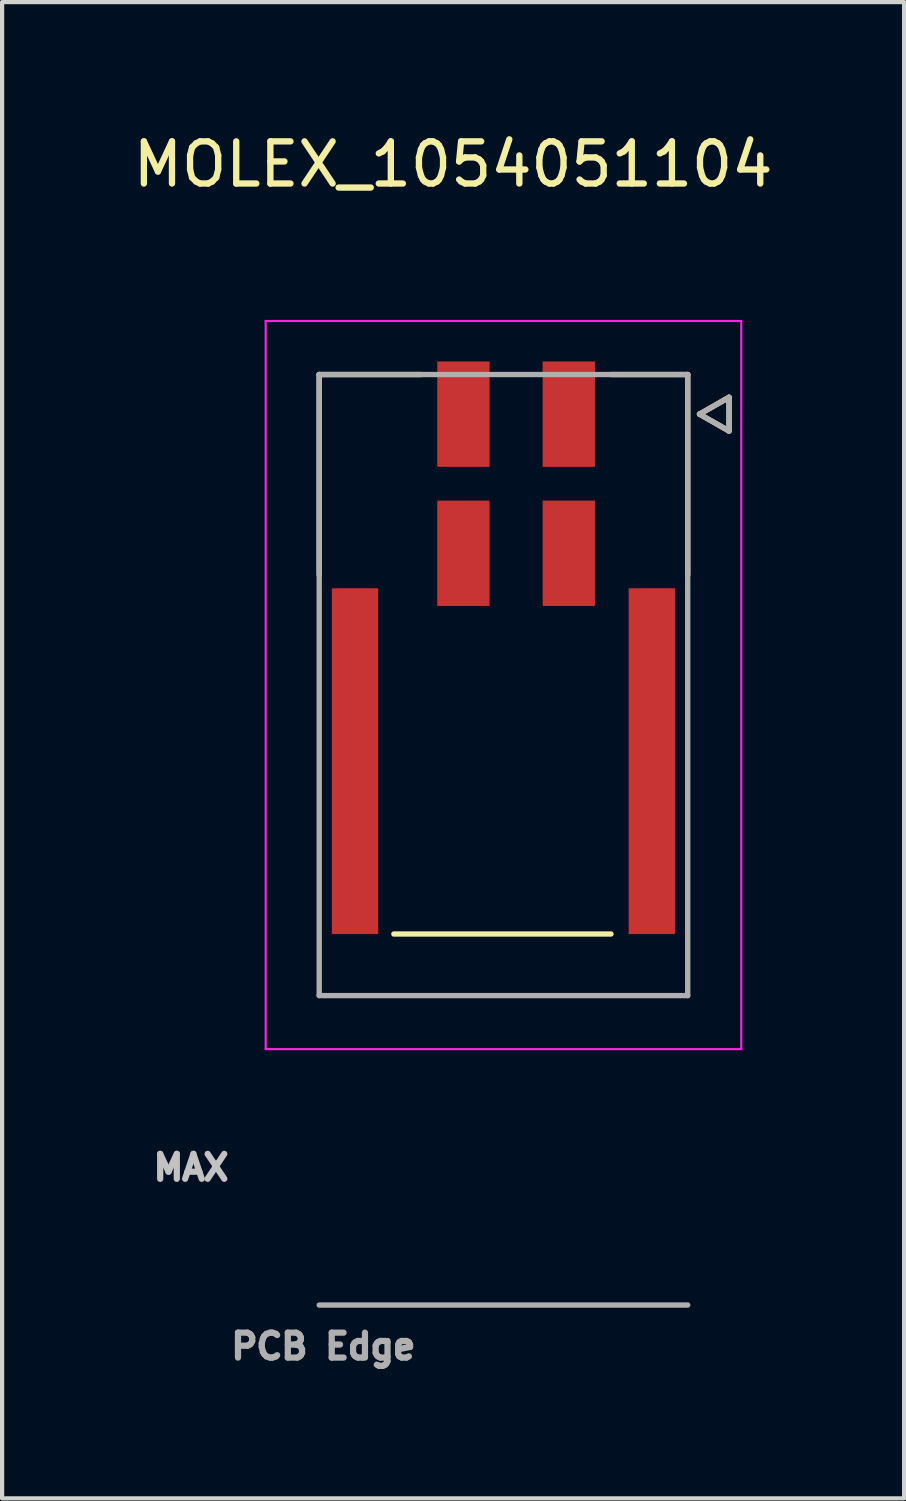
<source format=kicad_pcb>
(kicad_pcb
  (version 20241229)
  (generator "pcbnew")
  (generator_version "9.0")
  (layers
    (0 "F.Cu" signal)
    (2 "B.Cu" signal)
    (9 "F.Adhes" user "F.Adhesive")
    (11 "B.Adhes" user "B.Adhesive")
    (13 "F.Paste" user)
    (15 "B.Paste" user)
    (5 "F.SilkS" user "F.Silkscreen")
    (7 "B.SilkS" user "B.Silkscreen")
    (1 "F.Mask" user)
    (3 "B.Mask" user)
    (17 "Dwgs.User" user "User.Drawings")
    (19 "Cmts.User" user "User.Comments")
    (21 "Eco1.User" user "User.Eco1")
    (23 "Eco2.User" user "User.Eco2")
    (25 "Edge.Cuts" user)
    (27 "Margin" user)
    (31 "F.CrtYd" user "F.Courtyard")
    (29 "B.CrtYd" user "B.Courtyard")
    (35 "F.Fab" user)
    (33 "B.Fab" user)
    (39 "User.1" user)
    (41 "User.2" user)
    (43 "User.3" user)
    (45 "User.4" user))
  (footprint "MOLEX_1054051104"
    (layer "F.Cu")
    (at 8.891 13.198)
    (property "Reference" "MOLEX_1054051104" (at -1.195 -12.35 0) (layer "F.SilkS") (effects (font (size 1 1) (thickness 0.15))))
    (attr smd)
    (fp_poly (pts (xy -4.146 -2.371) (xy -2.894 -2.371) (xy -2.894 5.981) (xy -4.146 5.981)) (stroke (width 0.01) (type solid)) (fill yes) (layer "F.Mask"))
    (fp_poly (pts (xy -1.646 -7.751) (xy -0.254 -7.751) (xy -0.254 -5.099) (xy -1.646 -5.099)) (stroke (width 0.01) (type solid)) (fill yes) (layer "F.Mask"))
    (fp_poly (pts (xy -1.646 -4.451) (xy -0.254 -4.451) (xy -0.254 -1.799) (xy -1.646 -1.799)) (stroke (width 0.01) (type solid)) (fill yes) (layer "F.Mask"))
    (fp_poly (pts (xy 0.854 -7.751) (xy 2.246 -7.751) (xy 2.246 -5.099) (xy 0.854 -5.099)) (stroke (width 0.01) (type solid)) (fill yes) (layer "F.Mask"))
    (fp_poly (pts (xy 0.854 -4.451) (xy 2.246 -4.451) (xy 2.246 -1.799) (xy 0.854 -1.799)) (stroke (width 0.01) (type solid)) (fill yes) (layer "F.Mask"))
    (fp_poly (pts (xy 2.894 -2.371) (xy 4.146 -2.371) (xy 4.146 5.981) (xy 2.894 5.981)) (stroke (width 0.01) (type solid)) (fill yes) (layer "F.Mask"))
    (fp_line (start -4.37 -7.365) (end -4.37 -2.615) (stroke (width 0.127) (type solid)) (layer "F.SilkS"))
    (fp_line (start -4.37 -7.365) (end -1.95 -7.365) (stroke (width 0.127) (type solid)) (layer "F.SilkS"))
    (fp_line (start 2.55 -7.365) (end 4.37 -7.365) (stroke (width 0.127) (type solid)) (layer "F.SilkS"))
    (fp_line (start 2.55 5.905) (end -2.6 5.905) (stroke (width 0.127) (type solid)) (layer "F.SilkS"))
    (fp_line (start 4.37 -7.365) (end 4.37 -2.615) (stroke (width 0.127) (type solid)) (layer "F.SilkS"))
    (fp_line (start 4.65 -6.425) (end 5.35 -6.025) (stroke (width 0.127) (type solid)) (layer "F.SilkS"))
    (fp_line (start 5.35 -6.825) (end 4.65 -6.425) (stroke (width 0.127) (type solid)) (layer "F.SilkS"))
    (fp_line (start 5.35 -6.025) (end 5.35 -6.825) (stroke (width 0.127) (type solid)) (layer "F.SilkS"))
    (fp_line (start -5.64 -8.635) (end 5.64 -8.635) (stroke (width 0.05) (type solid)) (layer "F.CrtYd"))
    (fp_line (start -5.64 8.635) (end -5.64 -8.635) (stroke (width 0.05) (type solid)) (layer "F.CrtYd"))
    (fp_line (start -5.64 8.635) (end 5.64 8.635) (stroke (width 0.05) (type solid)) (layer "F.CrtYd"))
    (fp_line (start 5.64 -8.635) (end 5.64 8.635) (stroke (width 0.05) (type solid)) (layer "F.CrtYd"))
    (fp_line (start -4.37 -7.365) (end 4.37 -7.365) (stroke (width 0.127) (type solid)) (layer "F.Fab"))
    (fp_line (start -4.37 7.365) (end -4.37 -7.365) (stroke (width 0.127) (type solid)) (layer "F.Fab"))
    (fp_line (start -4.37 14.705) (end 4.37 14.705) (stroke (width 0.127) (type solid)) (layer "F.Fab"))
    (fp_line (start 4.37 -7.365) (end 4.37 7.365) (stroke (width 0.127) (type solid)) (layer "F.Fab"))
    (fp_line (start 4.37 7.365) (end -4.37 7.365) (stroke (width 0.127) (type solid)) (layer "F.Fab"))
    (fp_line (start 4.65 -6.425) (end 5.35 -6.025) (stroke (width 0.127) (type solid)) (layer "F.Fab"))
    (fp_line (start 5.35 -6.825) (end 4.65 -6.425) (stroke (width 0.127) (type solid)) (layer "F.Fab"))
    (fp_line (start 5.35 -6.025) (end 5.35 -6.825) (stroke (width 0.127) (type solid)) (layer "F.Fab"))
    (fp_text user "MAX" (at -7.41 11.445 0) (layer "Dwgs.User") (effects (font (size 0.591 0.591) (thickness 0.15))))
    (fp_text user "PCB Edge" (at -4.27 15.685 0) (layer "F.Fab") (effects (font (size 0.591 0.591) (thickness 0.15))))
    (pad "1" smd rect (at 1.55 -6.425) (size 1.24 2.5) (layers "F.Cu" "F.Paste"))
    (pad "2" smd rect (at -0.95 -6.425) (size 1.24 2.5) (layers "F.Cu" "F.Paste"))
    (pad "3" smd rect (at 1.55 -3.125) (size 1.24 2.5) (layers "F.Cu" "F.Paste"))
    (pad "4" smd rect (at -0.95 -3.125) (size 1.24 2.5) (layers "F.Cu" "F.Paste"))
    (pad "S1" smd rect (at -3.52 1.805) (size 1.1 8.2) (layers "F.Cu" "F.Paste"))
    (pad "S2" smd rect (at 3.52 1.805) (size 1.1 8.2) (layers "F.Cu" "F.Paste")))
  (gr_rect
    (start -3 -3)
    (end 18.393 32.488)
    (stroke (width 0.1) (type default))
    (fill no)
    (layer "Edge.Cuts")))
</source>
